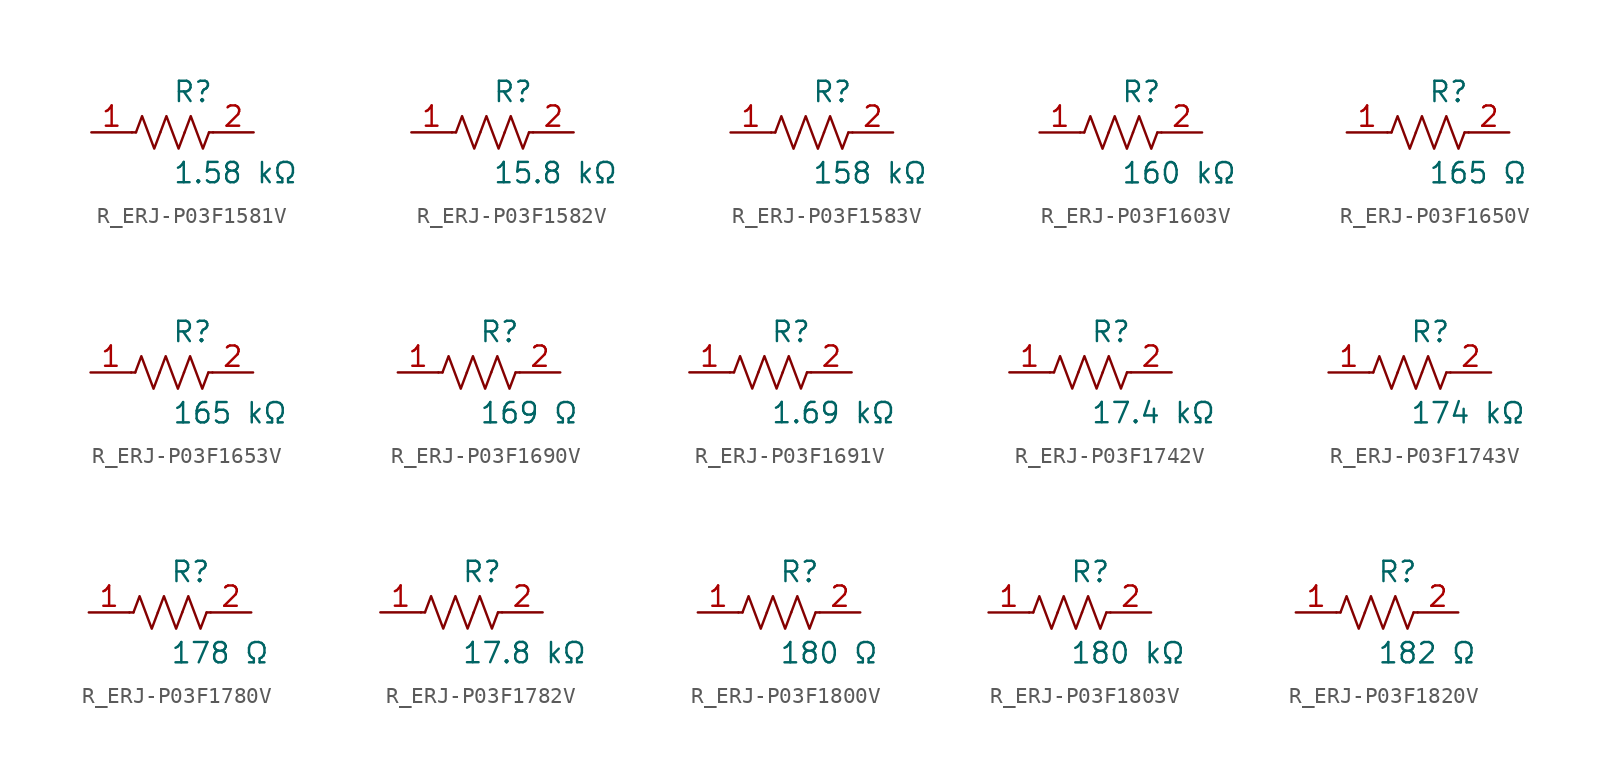
<source format=kicad_sym>
(kicad_symbol_lib
  (version 20231120)
  (generator kicad_symbol_editor)
  (generator_version 8.0)
  (symbol "R_ERJ-P03F1581V"
    (pin_names
      (offset 0.254))
    (property "Reference" "R"
      (at 0.0 2.54 0)
      (effects (font (size 1.27 1.27)) (justify left)))
    (property "Value" "1.58 kΩ"
      (at 0.0 -2.54 0)
      (effects (font (size 1.27 1.27)) (justify left)))
    (symbol "R_ERJ-P03F1581V_0_1"
      (polyline (pts (xy 2.286 0) (xy 2.54 0)) (stroke (width 0) (type default)) (fill (type none)))
      (polyline (pts (xy -2.286 0) (xy -2.54 0)) (stroke (width 0) (type default)) (fill (type none)))
      (polyline (pts (xy 0.762 0) (xy 1.143 1.016) (xy 1.524 0) (xy 1.905 -1.016) (xy 2.286 0)) (stroke (width 0) (type default)) (fill (type none)))
      (polyline (pts (xy -0.762 0) (xy -0.381 1.016) (xy 0 0) (xy 0.381 -1.016) (xy 0.762 0)) (stroke (width 0) (type default)) (fill (type none)))
      (polyline (pts (xy -2.286 0) (xy -1.905 1.016) (xy -1.524 0) (xy -1.143 -1.016) (xy -0.762 0)) (stroke (width 0) (type default)) (fill (type none))))
    (pin unspecified line
      (at -5.08 0 0)
      (length 2.54)
      (name "" (effects (font (size 1.27 1.27))))
      (number "1" (effects (font (size 1.27 1.27)))))
    (pin unspecified line
      (at 5.08 0 180)
      (length 2.54)
      (name "" (effects (font (size 1.27 1.27))))
      (number "2" (effects (font (size 1.27 1.27))))))
  (symbol "R_ERJ-P03F1582V"
    (pin_names
      (offset 0.254))
    (property "Reference" "R"
      (at 0.0 2.54 0)
      (effects (font (size 1.27 1.27)) (justify left)))
    (property "Value" "15.8 kΩ"
      (at 0.0 -2.54 0)
      (effects (font (size 1.27 1.27)) (justify left)))
    (symbol "R_ERJ-P03F1582V_0_1"
      (polyline (pts (xy 2.286 0) (xy 2.54 0)) (stroke (width 0) (type default)) (fill (type none)))
      (polyline (pts (xy -2.286 0) (xy -2.54 0)) (stroke (width 0) (type default)) (fill (type none)))
      (polyline (pts (xy 0.762 0) (xy 1.143 1.016) (xy 1.524 0) (xy 1.905 -1.016) (xy 2.286 0)) (stroke (width 0) (type default)) (fill (type none)))
      (polyline (pts (xy -0.762 0) (xy -0.381 1.016) (xy 0 0) (xy 0.381 -1.016) (xy 0.762 0)) (stroke (width 0) (type default)) (fill (type none)))
      (polyline (pts (xy -2.286 0) (xy -1.905 1.016) (xy -1.524 0) (xy -1.143 -1.016) (xy -0.762 0)) (stroke (width 0) (type default)) (fill (type none))))
    (pin unspecified line
      (at -5.08 0 0)
      (length 2.54)
      (name "" (effects (font (size 1.27 1.27))))
      (number "1" (effects (font (size 1.27 1.27)))))
    (pin unspecified line
      (at 5.08 0 180)
      (length 2.54)
      (name "" (effects (font (size 1.27 1.27))))
      (number "2" (effects (font (size 1.27 1.27))))))
  (symbol "R_ERJ-P03F1583V"
    (pin_names
      (offset 0.254))
    (property "Reference" "R"
      (at 0.0 2.54 0)
      (effects (font (size 1.27 1.27)) (justify left)))
    (property "Value" "158 kΩ"
      (at 0.0 -2.54 0)
      (effects (font (size 1.27 1.27)) (justify left)))
    (symbol "R_ERJ-P03F1583V_0_1"
      (polyline (pts (xy 2.286 0) (xy 2.54 0)) (stroke (width 0) (type default)) (fill (type none)))
      (polyline (pts (xy -2.286 0) (xy -2.54 0)) (stroke (width 0) (type default)) (fill (type none)))
      (polyline (pts (xy 0.762 0) (xy 1.143 1.016) (xy 1.524 0) (xy 1.905 -1.016) (xy 2.286 0)) (stroke (width 0) (type default)) (fill (type none)))
      (polyline (pts (xy -0.762 0) (xy -0.381 1.016) (xy 0 0) (xy 0.381 -1.016) (xy 0.762 0)) (stroke (width 0) (type default)) (fill (type none)))
      (polyline (pts (xy -2.286 0) (xy -1.905 1.016) (xy -1.524 0) (xy -1.143 -1.016) (xy -0.762 0)) (stroke (width 0) (type default)) (fill (type none))))
    (pin unspecified line
      (at -5.08 0 0)
      (length 2.54)
      (name "" (effects (font (size 1.27 1.27))))
      (number "1" (effects (font (size 1.27 1.27)))))
    (pin unspecified line
      (at 5.08 0 180)
      (length 2.54)
      (name "" (effects (font (size 1.27 1.27))))
      (number "2" (effects (font (size 1.27 1.27))))))
  (symbol "R_ERJ-P03F1603V"
    (pin_names
      (offset 0.254))
    (property "Reference" "R"
      (at 0.0 2.54 0)
      (effects (font (size 1.27 1.27)) (justify left)))
    (property "Value" "160 kΩ"
      (at 0.0 -2.54 0)
      (effects (font (size 1.27 1.27)) (justify left)))
    (symbol "R_ERJ-P03F1603V_0_1"
      (polyline (pts (xy 2.286 0) (xy 2.54 0)) (stroke (width 0) (type default)) (fill (type none)))
      (polyline (pts (xy -2.286 0) (xy -2.54 0)) (stroke (width 0) (type default)) (fill (type none)))
      (polyline (pts (xy 0.762 0) (xy 1.143 1.016) (xy 1.524 0) (xy 1.905 -1.016) (xy 2.286 0)) (stroke (width 0) (type default)) (fill (type none)))
      (polyline (pts (xy -0.762 0) (xy -0.381 1.016) (xy 0 0) (xy 0.381 -1.016) (xy 0.762 0)) (stroke (width 0) (type default)) (fill (type none)))
      (polyline (pts (xy -2.286 0) (xy -1.905 1.016) (xy -1.524 0) (xy -1.143 -1.016) (xy -0.762 0)) (stroke (width 0) (type default)) (fill (type none))))
    (pin unspecified line
      (at -5.08 0 0)
      (length 2.54)
      (name "" (effects (font (size 1.27 1.27))))
      (number "1" (effects (font (size 1.27 1.27)))))
    (pin unspecified line
      (at 5.08 0 180)
      (length 2.54)
      (name "" (effects (font (size 1.27 1.27))))
      (number "2" (effects (font (size 1.27 1.27))))))
  (symbol "R_ERJ-P03F1650V"
    (pin_names
      (offset 0.254))
    (property "Reference" "R"
      (at 0.0 2.54 0)
      (effects (font (size 1.27 1.27)) (justify left)))
    (property "Value" "165 Ω"
      (at 0.0 -2.54 0)
      (effects (font (size 1.27 1.27)) (justify left)))
    (symbol "R_ERJ-P03F1650V_0_1"
      (polyline (pts (xy 2.286 0) (xy 2.54 0)) (stroke (width 0) (type default)) (fill (type none)))
      (polyline (pts (xy -2.286 0) (xy -2.54 0)) (stroke (width 0) (type default)) (fill (type none)))
      (polyline (pts (xy 0.762 0) (xy 1.143 1.016) (xy 1.524 0) (xy 1.905 -1.016) (xy 2.286 0)) (stroke (width 0) (type default)) (fill (type none)))
      (polyline (pts (xy -0.762 0) (xy -0.381 1.016) (xy 0 0) (xy 0.381 -1.016) (xy 0.762 0)) (stroke (width 0) (type default)) (fill (type none)))
      (polyline (pts (xy -2.286 0) (xy -1.905 1.016) (xy -1.524 0) (xy -1.143 -1.016) (xy -0.762 0)) (stroke (width 0) (type default)) (fill (type none))))
    (pin unspecified line
      (at -5.08 0 0)
      (length 2.54)
      (name "" (effects (font (size 1.27 1.27))))
      (number "1" (effects (font (size 1.27 1.27)))))
    (pin unspecified line
      (at 5.08 0 180)
      (length 2.54)
      (name "" (effects (font (size 1.27 1.27))))
      (number "2" (effects (font (size 1.27 1.27))))))
  (symbol "R_ERJ-P03F1653V"
    (pin_names
      (offset 0.254))
    (property "Reference" "R"
      (at 0.0 2.54 0)
      (effects (font (size 1.27 1.27)) (justify left)))
    (property "Value" "165 kΩ"
      (at 0.0 -2.54 0)
      (effects (font (size 1.27 1.27)) (justify left)))
    (symbol "R_ERJ-P03F1653V_0_1"
      (polyline (pts (xy 2.286 0) (xy 2.54 0)) (stroke (width 0) (type default)) (fill (type none)))
      (polyline (pts (xy -2.286 0) (xy -2.54 0)) (stroke (width 0) (type default)) (fill (type none)))
      (polyline (pts (xy 0.762 0) (xy 1.143 1.016) (xy 1.524 0) (xy 1.905 -1.016) (xy 2.286 0)) (stroke (width 0) (type default)) (fill (type none)))
      (polyline (pts (xy -0.762 0) (xy -0.381 1.016) (xy 0 0) (xy 0.381 -1.016) (xy 0.762 0)) (stroke (width 0) (type default)) (fill (type none)))
      (polyline (pts (xy -2.286 0) (xy -1.905 1.016) (xy -1.524 0) (xy -1.143 -1.016) (xy -0.762 0)) (stroke (width 0) (type default)) (fill (type none))))
    (pin unspecified line
      (at -5.08 0 0)
      (length 2.54)
      (name "" (effects (font (size 1.27 1.27))))
      (number "1" (effects (font (size 1.27 1.27)))))
    (pin unspecified line
      (at 5.08 0 180)
      (length 2.54)
      (name "" (effects (font (size 1.27 1.27))))
      (number "2" (effects (font (size 1.27 1.27))))))
  (symbol "R_ERJ-P03F1690V"
    (pin_names
      (offset 0.254))
    (property "Reference" "R"
      (at 0.0 2.54 0)
      (effects (font (size 1.27 1.27)) (justify left)))
    (property "Value" "169 Ω"
      (at 0.0 -2.54 0)
      (effects (font (size 1.27 1.27)) (justify left)))
    (symbol "R_ERJ-P03F1690V_0_1"
      (polyline (pts (xy 2.286 0) (xy 2.54 0)) (stroke (width 0) (type default)) (fill (type none)))
      (polyline (pts (xy -2.286 0) (xy -2.54 0)) (stroke (width 0) (type default)) (fill (type none)))
      (polyline (pts (xy 0.762 0) (xy 1.143 1.016) (xy 1.524 0) (xy 1.905 -1.016) (xy 2.286 0)) (stroke (width 0) (type default)) (fill (type none)))
      (polyline (pts (xy -0.762 0) (xy -0.381 1.016) (xy 0 0) (xy 0.381 -1.016) (xy 0.762 0)) (stroke (width 0) (type default)) (fill (type none)))
      (polyline (pts (xy -2.286 0) (xy -1.905 1.016) (xy -1.524 0) (xy -1.143 -1.016) (xy -0.762 0)) (stroke (width 0) (type default)) (fill (type none))))
    (pin unspecified line
      (at -5.08 0 0)
      (length 2.54)
      (name "" (effects (font (size 1.27 1.27))))
      (number "1" (effects (font (size 1.27 1.27)))))
    (pin unspecified line
      (at 5.08 0 180)
      (length 2.54)
      (name "" (effects (font (size 1.27 1.27))))
      (number "2" (effects (font (size 1.27 1.27))))))
  (symbol "R_ERJ-P03F1691V"
    (pin_names
      (offset 0.254))
    (property "Reference" "R"
      (at 0.0 2.54 0)
      (effects (font (size 1.27 1.27)) (justify left)))
    (property "Value" "1.69 kΩ"
      (at 0.0 -2.54 0)
      (effects (font (size 1.27 1.27)) (justify left)))
    (symbol "R_ERJ-P03F1691V_0_1"
      (polyline (pts (xy 2.286 0) (xy 2.54 0)) (stroke (width 0) (type default)) (fill (type none)))
      (polyline (pts (xy -2.286 0) (xy -2.54 0)) (stroke (width 0) (type default)) (fill (type none)))
      (polyline (pts (xy 0.762 0) (xy 1.143 1.016) (xy 1.524 0) (xy 1.905 -1.016) (xy 2.286 0)) (stroke (width 0) (type default)) (fill (type none)))
      (polyline (pts (xy -0.762 0) (xy -0.381 1.016) (xy 0 0) (xy 0.381 -1.016) (xy 0.762 0)) (stroke (width 0) (type default)) (fill (type none)))
      (polyline (pts (xy -2.286 0) (xy -1.905 1.016) (xy -1.524 0) (xy -1.143 -1.016) (xy -0.762 0)) (stroke (width 0) (type default)) (fill (type none))))
    (pin unspecified line
      (at -5.08 0 0)
      (length 2.54)
      (name "" (effects (font (size 1.27 1.27))))
      (number "1" (effects (font (size 1.27 1.27)))))
    (pin unspecified line
      (at 5.08 0 180)
      (length 2.54)
      (name "" (effects (font (size 1.27 1.27))))
      (number "2" (effects (font (size 1.27 1.27))))))
  (symbol "R_ERJ-P03F1742V"
    (pin_names
      (offset 0.254))
    (property "Reference" "R"
      (at 0.0 2.54 0)
      (effects (font (size 1.27 1.27)) (justify left)))
    (property "Value" "17.4 kΩ"
      (at 0.0 -2.54 0)
      (effects (font (size 1.27 1.27)) (justify left)))
    (symbol "R_ERJ-P03F1742V_0_1"
      (polyline (pts (xy 2.286 0) (xy 2.54 0)) (stroke (width 0) (type default)) (fill (type none)))
      (polyline (pts (xy -2.286 0) (xy -2.54 0)) (stroke (width 0) (type default)) (fill (type none)))
      (polyline (pts (xy 0.762 0) (xy 1.143 1.016) (xy 1.524 0) (xy 1.905 -1.016) (xy 2.286 0)) (stroke (width 0) (type default)) (fill (type none)))
      (polyline (pts (xy -0.762 0) (xy -0.381 1.016) (xy 0 0) (xy 0.381 -1.016) (xy 0.762 0)) (stroke (width 0) (type default)) (fill (type none)))
      (polyline (pts (xy -2.286 0) (xy -1.905 1.016) (xy -1.524 0) (xy -1.143 -1.016) (xy -0.762 0)) (stroke (width 0) (type default)) (fill (type none))))
    (pin unspecified line
      (at -5.08 0 0)
      (length 2.54)
      (name "" (effects (font (size 1.27 1.27))))
      (number "1" (effects (font (size 1.27 1.27)))))
    (pin unspecified line
      (at 5.08 0 180)
      (length 2.54)
      (name "" (effects (font (size 1.27 1.27))))
      (number "2" (effects (font (size 1.27 1.27))))))
  (symbol "R_ERJ-P03F1743V"
    (pin_names
      (offset 0.254))
    (property "Reference" "R"
      (at 0.0 2.54 0)
      (effects (font (size 1.27 1.27)) (justify left)))
    (property "Value" "174 kΩ"
      (at 0.0 -2.54 0)
      (effects (font (size 1.27 1.27)) (justify left)))
    (symbol "R_ERJ-P03F1743V_0_1"
      (polyline (pts (xy 2.286 0) (xy 2.54 0)) (stroke (width 0) (type default)) (fill (type none)))
      (polyline (pts (xy -2.286 0) (xy -2.54 0)) (stroke (width 0) (type default)) (fill (type none)))
      (polyline (pts (xy 0.762 0) (xy 1.143 1.016) (xy 1.524 0) (xy 1.905 -1.016) (xy 2.286 0)) (stroke (width 0) (type default)) (fill (type none)))
      (polyline (pts (xy -0.762 0) (xy -0.381 1.016) (xy 0 0) (xy 0.381 -1.016) (xy 0.762 0)) (stroke (width 0) (type default)) (fill (type none)))
      (polyline (pts (xy -2.286 0) (xy -1.905 1.016) (xy -1.524 0) (xy -1.143 -1.016) (xy -0.762 0)) (stroke (width 0) (type default)) (fill (type none))))
    (pin unspecified line
      (at -5.08 0 0)
      (length 2.54)
      (name "" (effects (font (size 1.27 1.27))))
      (number "1" (effects (font (size 1.27 1.27)))))
    (pin unspecified line
      (at 5.08 0 180)
      (length 2.54)
      (name "" (effects (font (size 1.27 1.27))))
      (number "2" (effects (font (size 1.27 1.27))))))
  (symbol "R_ERJ-P03F1780V"
    (pin_names
      (offset 0.254))
    (property "Reference" "R"
      (at 0.0 2.54 0)
      (effects (font (size 1.27 1.27)) (justify left)))
    (property "Value" "178 Ω"
      (at 0.0 -2.54 0)
      (effects (font (size 1.27 1.27)) (justify left)))
    (symbol "R_ERJ-P03F1780V_0_1"
      (polyline (pts (xy 2.286 0) (xy 2.54 0)) (stroke (width 0) (type default)) (fill (type none)))
      (polyline (pts (xy -2.286 0) (xy -2.54 0)) (stroke (width 0) (type default)) (fill (type none)))
      (polyline (pts (xy 0.762 0) (xy 1.143 1.016) (xy 1.524 0) (xy 1.905 -1.016) (xy 2.286 0)) (stroke (width 0) (type default)) (fill (type none)))
      (polyline (pts (xy -0.762 0) (xy -0.381 1.016) (xy 0 0) (xy 0.381 -1.016) (xy 0.762 0)) (stroke (width 0) (type default)) (fill (type none)))
      (polyline (pts (xy -2.286 0) (xy -1.905 1.016) (xy -1.524 0) (xy -1.143 -1.016) (xy -0.762 0)) (stroke (width 0) (type default)) (fill (type none))))
    (pin unspecified line
      (at -5.08 0 0)
      (length 2.54)
      (name "" (effects (font (size 1.27 1.27))))
      (number "1" (effects (font (size 1.27 1.27)))))
    (pin unspecified line
      (at 5.08 0 180)
      (length 2.54)
      (name "" (effects (font (size 1.27 1.27))))
      (number "2" (effects (font (size 1.27 1.27))))))
  (symbol "R_ERJ-P03F1782V"
    (pin_names
      (offset 0.254))
    (property "Reference" "R"
      (at 0.0 2.54 0)
      (effects (font (size 1.27 1.27)) (justify left)))
    (property "Value" "17.8 kΩ"
      (at 0.0 -2.54 0)
      (effects (font (size 1.27 1.27)) (justify left)))
    (symbol "R_ERJ-P03F1782V_0_1"
      (polyline (pts (xy 2.286 0) (xy 2.54 0)) (stroke (width 0) (type default)) (fill (type none)))
      (polyline (pts (xy -2.286 0) (xy -2.54 0)) (stroke (width 0) (type default)) (fill (type none)))
      (polyline (pts (xy 0.762 0) (xy 1.143 1.016) (xy 1.524 0) (xy 1.905 -1.016) (xy 2.286 0)) (stroke (width 0) (type default)) (fill (type none)))
      (polyline (pts (xy -0.762 0) (xy -0.381 1.016) (xy 0 0) (xy 0.381 -1.016) (xy 0.762 0)) (stroke (width 0) (type default)) (fill (type none)))
      (polyline (pts (xy -2.286 0) (xy -1.905 1.016) (xy -1.524 0) (xy -1.143 -1.016) (xy -0.762 0)) (stroke (width 0) (type default)) (fill (type none))))
    (pin unspecified line
      (at -5.08 0 0)
      (length 2.54)
      (name "" (effects (font (size 1.27 1.27))))
      (number "1" (effects (font (size 1.27 1.27)))))
    (pin unspecified line
      (at 5.08 0 180)
      (length 2.54)
      (name "" (effects (font (size 1.27 1.27))))
      (number "2" (effects (font (size 1.27 1.27))))))
  (symbol "R_ERJ-P03F1800V"
    (pin_names
      (offset 0.254))
    (property "Reference" "R"
      (at 0.0 2.54 0)
      (effects (font (size 1.27 1.27)) (justify left)))
    (property "Value" "180 Ω"
      (at 0.0 -2.54 0)
      (effects (font (size 1.27 1.27)) (justify left)))
    (symbol "R_ERJ-P03F1800V_0_1"
      (polyline (pts (xy 2.286 0) (xy 2.54 0)) (stroke (width 0) (type default)) (fill (type none)))
      (polyline (pts (xy -2.286 0) (xy -2.54 0)) (stroke (width 0) (type default)) (fill (type none)))
      (polyline (pts (xy 0.762 0) (xy 1.143 1.016) (xy 1.524 0) (xy 1.905 -1.016) (xy 2.286 0)) (stroke (width 0) (type default)) (fill (type none)))
      (polyline (pts (xy -0.762 0) (xy -0.381 1.016) (xy 0 0) (xy 0.381 -1.016) (xy 0.762 0)) (stroke (width 0) (type default)) (fill (type none)))
      (polyline (pts (xy -2.286 0) (xy -1.905 1.016) (xy -1.524 0) (xy -1.143 -1.016) (xy -0.762 0)) (stroke (width 0) (type default)) (fill (type none))))
    (pin unspecified line
      (at -5.08 0 0)
      (length 2.54)
      (name "" (effects (font (size 1.27 1.27))))
      (number "1" (effects (font (size 1.27 1.27)))))
    (pin unspecified line
      (at 5.08 0 180)
      (length 2.54)
      (name "" (effects (font (size 1.27 1.27))))
      (number "2" (effects (font (size 1.27 1.27))))))
  (symbol "R_ERJ-P03F1803V"
    (pin_names
      (offset 0.254))
    (property "Reference" "R"
      (at 0.0 2.54 0)
      (effects (font (size 1.27 1.27)) (justify left)))
    (property "Value" "180 kΩ"
      (at 0.0 -2.54 0)
      (effects (font (size 1.27 1.27)) (justify left)))
    (symbol "R_ERJ-P03F1803V_0_1"
      (polyline (pts (xy 2.286 0) (xy 2.54 0)) (stroke (width 0) (type default)) (fill (type none)))
      (polyline (pts (xy -2.286 0) (xy -2.54 0)) (stroke (width 0) (type default)) (fill (type none)))
      (polyline (pts (xy 0.762 0) (xy 1.143 1.016) (xy 1.524 0) (xy 1.905 -1.016) (xy 2.286 0)) (stroke (width 0) (type default)) (fill (type none)))
      (polyline (pts (xy -0.762 0) (xy -0.381 1.016) (xy 0 0) (xy 0.381 -1.016) (xy 0.762 0)) (stroke (width 0) (type default)) (fill (type none)))
      (polyline (pts (xy -2.286 0) (xy -1.905 1.016) (xy -1.524 0) (xy -1.143 -1.016) (xy -0.762 0)) (stroke (width 0) (type default)) (fill (type none))))
    (pin unspecified line
      (at -5.08 0 0)
      (length 2.54)
      (name "" (effects (font (size 1.27 1.27))))
      (number "1" (effects (font (size 1.27 1.27)))))
    (pin unspecified line
      (at 5.08 0 180)
      (length 2.54)
      (name "" (effects (font (size 1.27 1.27))))
      (number "2" (effects (font (size 1.27 1.27))))))
  (symbol "R_ERJ-P03F1820V"
    (pin_names
      (offset 0.254))
    (property "Reference" "R"
      (at 0.0 2.54 0)
      (effects (font (size 1.27 1.27)) (justify left)))
    (property "Value" "182 Ω"
      (at 0.0 -2.54 0)
      (effects (font (size 1.27 1.27)) (justify left)))
    (symbol "R_ERJ-P03F1820V_0_1"
      (polyline (pts (xy 2.286 0) (xy 2.54 0)) (stroke (width 0) (type default)) (fill (type none)))
      (polyline (pts (xy -2.286 0) (xy -2.54 0)) (stroke (width 0) (type default)) (fill (type none)))
      (polyline (pts (xy 0.762 0) (xy 1.143 1.016) (xy 1.524 0) (xy 1.905 -1.016) (xy 2.286 0)) (stroke (width 0) (type default)) (fill (type none)))
      (polyline (pts (xy -0.762 0) (xy -0.381 1.016) (xy 0 0) (xy 0.381 -1.016) (xy 0.762 0)) (stroke (width 0) (type default)) (fill (type none)))
      (polyline (pts (xy -2.286 0) (xy -1.905 1.016) (xy -1.524 0) (xy -1.143 -1.016) (xy -0.762 0)) (stroke (width 0) (type default)) (fill (type none))))
    (pin unspecified line
      (at -5.08 0 0)
      (length 2.54)
      (name "" (effects (font (size 1.27 1.27))))
      (number "1" (effects (font (size 1.27 1.27)))))
    (pin unspecified line
      (at 5.08 0 180)
      (length 2.54)
      (name "" (effects (font (size 1.27 1.27))))
      (number "2" (effects (font (size 1.27 1.27)))))))
</source>
